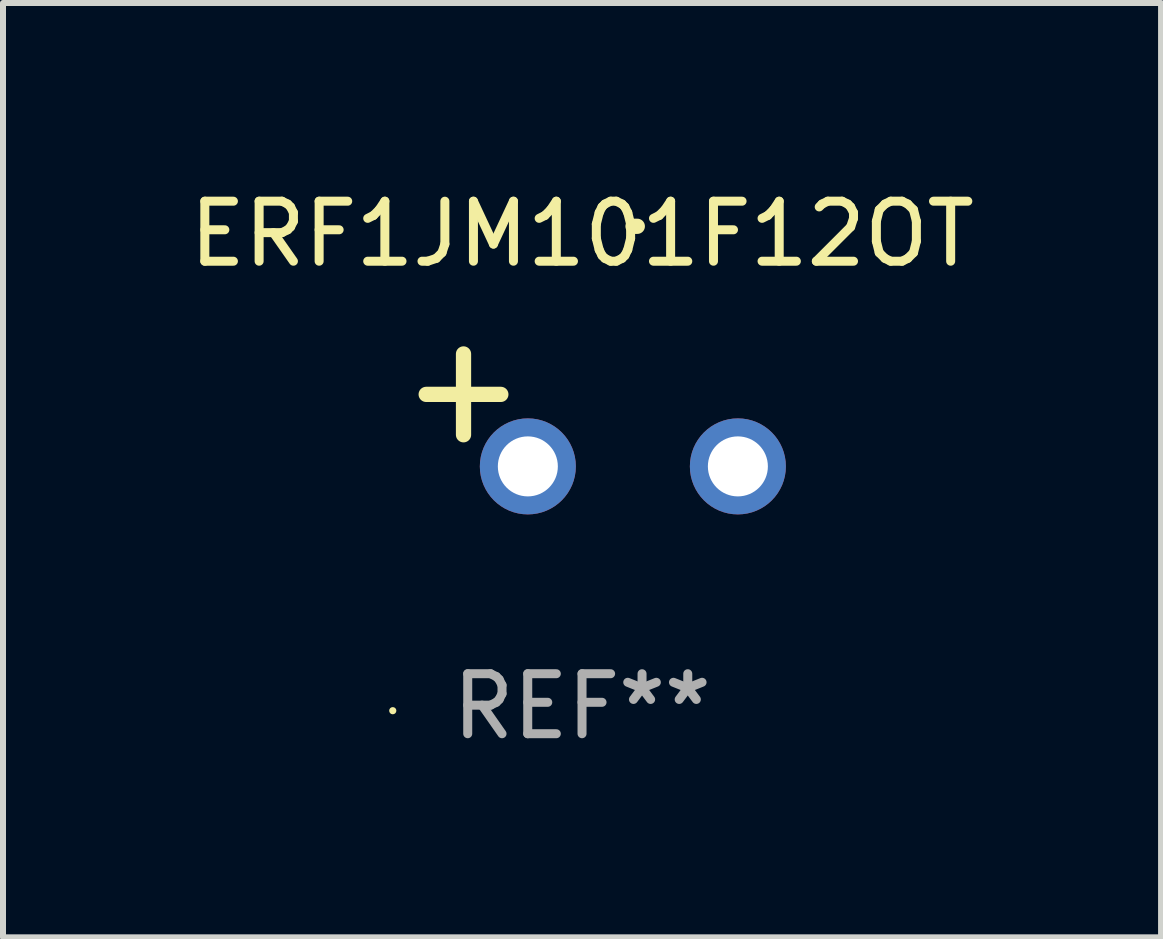
<source format=kicad_pcb>
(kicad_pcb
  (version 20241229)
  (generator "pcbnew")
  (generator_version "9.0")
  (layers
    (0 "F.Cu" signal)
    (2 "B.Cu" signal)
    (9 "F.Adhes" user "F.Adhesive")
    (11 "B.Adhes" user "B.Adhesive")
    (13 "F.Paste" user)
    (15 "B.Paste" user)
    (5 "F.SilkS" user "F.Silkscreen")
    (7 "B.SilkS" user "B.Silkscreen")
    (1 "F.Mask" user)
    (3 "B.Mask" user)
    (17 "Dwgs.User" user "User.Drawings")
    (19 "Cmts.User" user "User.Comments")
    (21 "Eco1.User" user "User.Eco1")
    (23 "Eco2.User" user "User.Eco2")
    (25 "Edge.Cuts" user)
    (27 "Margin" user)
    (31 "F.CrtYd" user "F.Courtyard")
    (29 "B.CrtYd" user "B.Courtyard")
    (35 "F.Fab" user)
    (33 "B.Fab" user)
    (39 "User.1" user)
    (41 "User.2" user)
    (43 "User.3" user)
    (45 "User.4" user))
  (footprint "ERF1JM101F12OT"
    (layer "F.Cu")
    (at 6.649 3.785)
    (property "Reference" "ERF1JM101F12OT" (at 0 -2.937 0) (layer "F.SilkS") (effects (font (size 1 1) (thickness 0.15))))
    (attr through_hole)
    (fp_line (start -1.975 0.41) (end -1.975 -0.937) (stroke (width 0.254) (type solid)) (layer "F.SilkS"))
    (fp_line (start -1.353 -0.263) (end -2.597 -0.263) (stroke (width 0.254) (type solid)) (layer "F.SilkS"))
    (fp_arc (start 0.849809 -3.063957) (mid 0.885369 -3.064114) (end 0.920929 -3.063957) (stroke (width 0.254001) (type solid)) (layer "F.SilkS"))
    (fp_circle (center -3.154 5.008) (end -3.124 5.008) (stroke (width 0.06) (type solid)) (fill no) (layer "F.SilkS"))
    (fp_text user "REF**" (at 0 4.937 0) (layer "F.Fab") (effects (font (size 1 1) (thickness 0.15))))
    (pad "1" thru_hole circle (at -0.903 0.937) (size 1.6 1.6) (drill 1) (layers "*.Cu" "*.Mask"))
    (pad "2" thru_hole circle (at 2.597 0.937) (size 1.6 1.6) (drill 1) (layers "*.Cu" "*.Mask")))
  (gr_rect
    (start -3 -3)
    (end 16.298 12.57)
    (stroke (width 0.1) (type default))
    (fill no)
    (layer "Edge.Cuts")))
</source>
